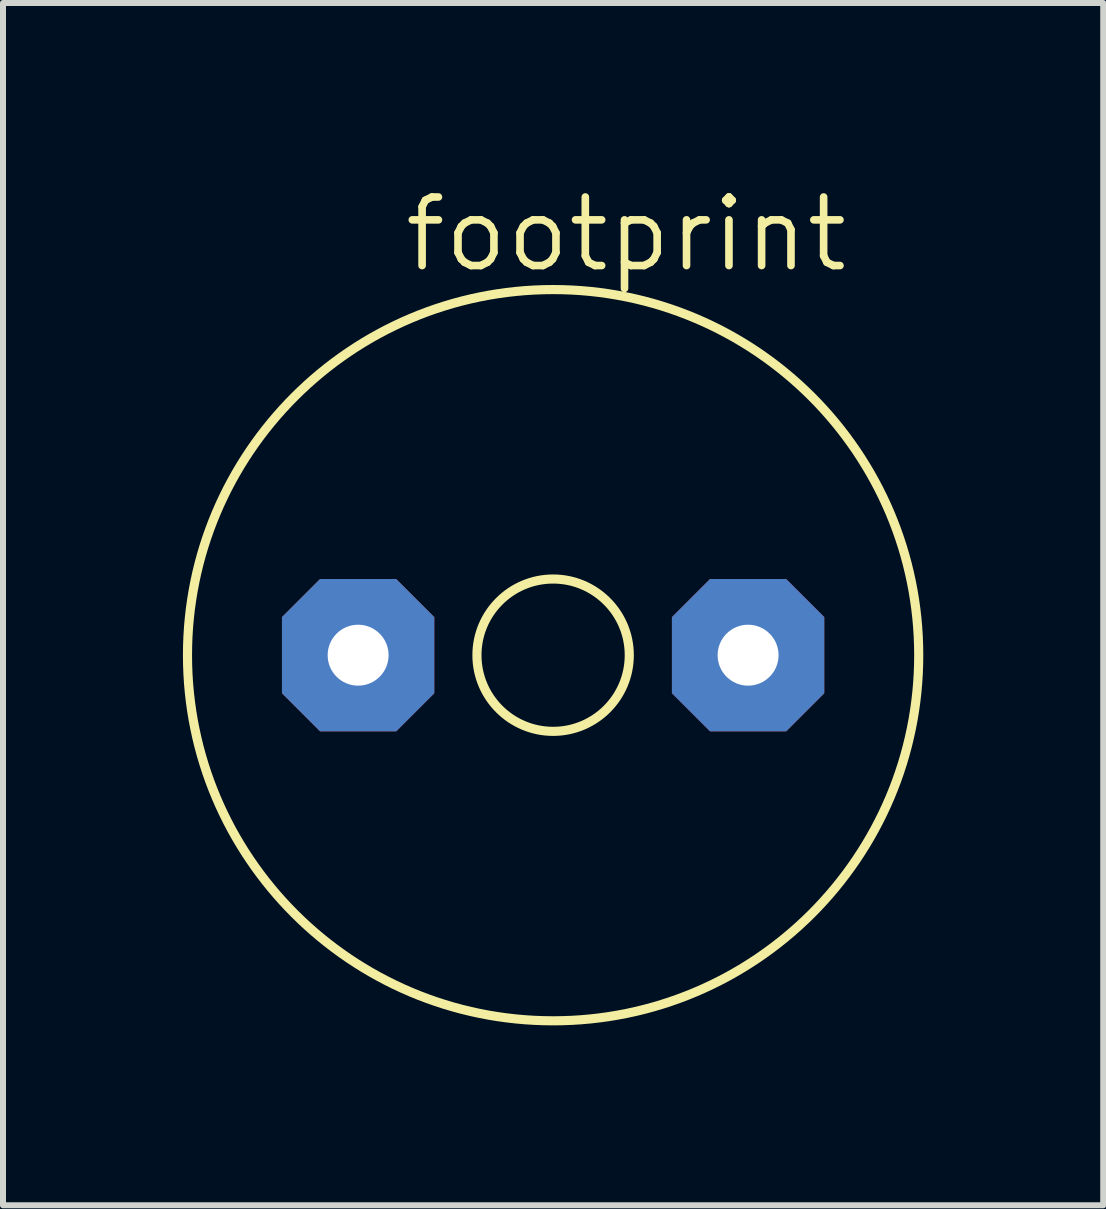
<source format=kicad_pcb>
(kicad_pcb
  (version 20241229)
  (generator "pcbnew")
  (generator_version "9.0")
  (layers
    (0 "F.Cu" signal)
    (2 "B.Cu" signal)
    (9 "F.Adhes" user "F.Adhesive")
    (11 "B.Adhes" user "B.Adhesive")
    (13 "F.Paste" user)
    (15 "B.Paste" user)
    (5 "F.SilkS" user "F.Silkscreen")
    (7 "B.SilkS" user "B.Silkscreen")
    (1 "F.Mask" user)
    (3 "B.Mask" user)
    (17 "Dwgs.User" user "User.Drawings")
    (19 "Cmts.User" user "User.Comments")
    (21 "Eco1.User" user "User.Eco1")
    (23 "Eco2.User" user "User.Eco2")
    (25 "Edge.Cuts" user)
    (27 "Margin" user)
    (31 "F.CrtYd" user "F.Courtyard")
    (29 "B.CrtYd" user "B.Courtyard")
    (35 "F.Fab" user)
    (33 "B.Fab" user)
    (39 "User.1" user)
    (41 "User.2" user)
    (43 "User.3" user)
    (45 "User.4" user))
  (footprint "footprint"
    (layer "F.Cu")
    (at 6.172 7.874)
    (property "Reference" "footprint" (at -2.54 -6.35 0) (layer "F.SilkS") (effects (font (size 1.143 1.143) (thickness 0.127)) (justify left bottom)))
    (fp_circle (center 0 0) (end 1.27 0) (stroke (width 0.152) (type solid)) (fill no) (layer "F.SilkS"))
    (fp_circle (center 0 0) (end 6.096 0) (stroke (width 0.152) (type solid)) (fill no) (layer "F.SilkS"))
    (pad "1" thru_hole roundrect (at -3.251 0) (size 2.54 2.54) (drill 1.016) (layers "*.Cu" "*.Mask") (roundrect_rratio 0.25) (chamfer_ratio 0.25) (chamfer top_left top_right bottom_left bottom_right))
    (pad "2" thru_hole roundrect (at 3.251 0) (size 2.54 2.54) (drill 1.016) (layers "*.Cu" "*.Mask") (roundrect_rratio 0.25) (chamfer_ratio 0.25) (chamfer top_left top_right bottom_left bottom_right)))
  (gr_rect
    (start -3 -3)
    (end 15.344 17.046)
    (stroke (width 0.1) (type default))
    (fill no)
    (layer "Edge.Cuts")))
</source>
